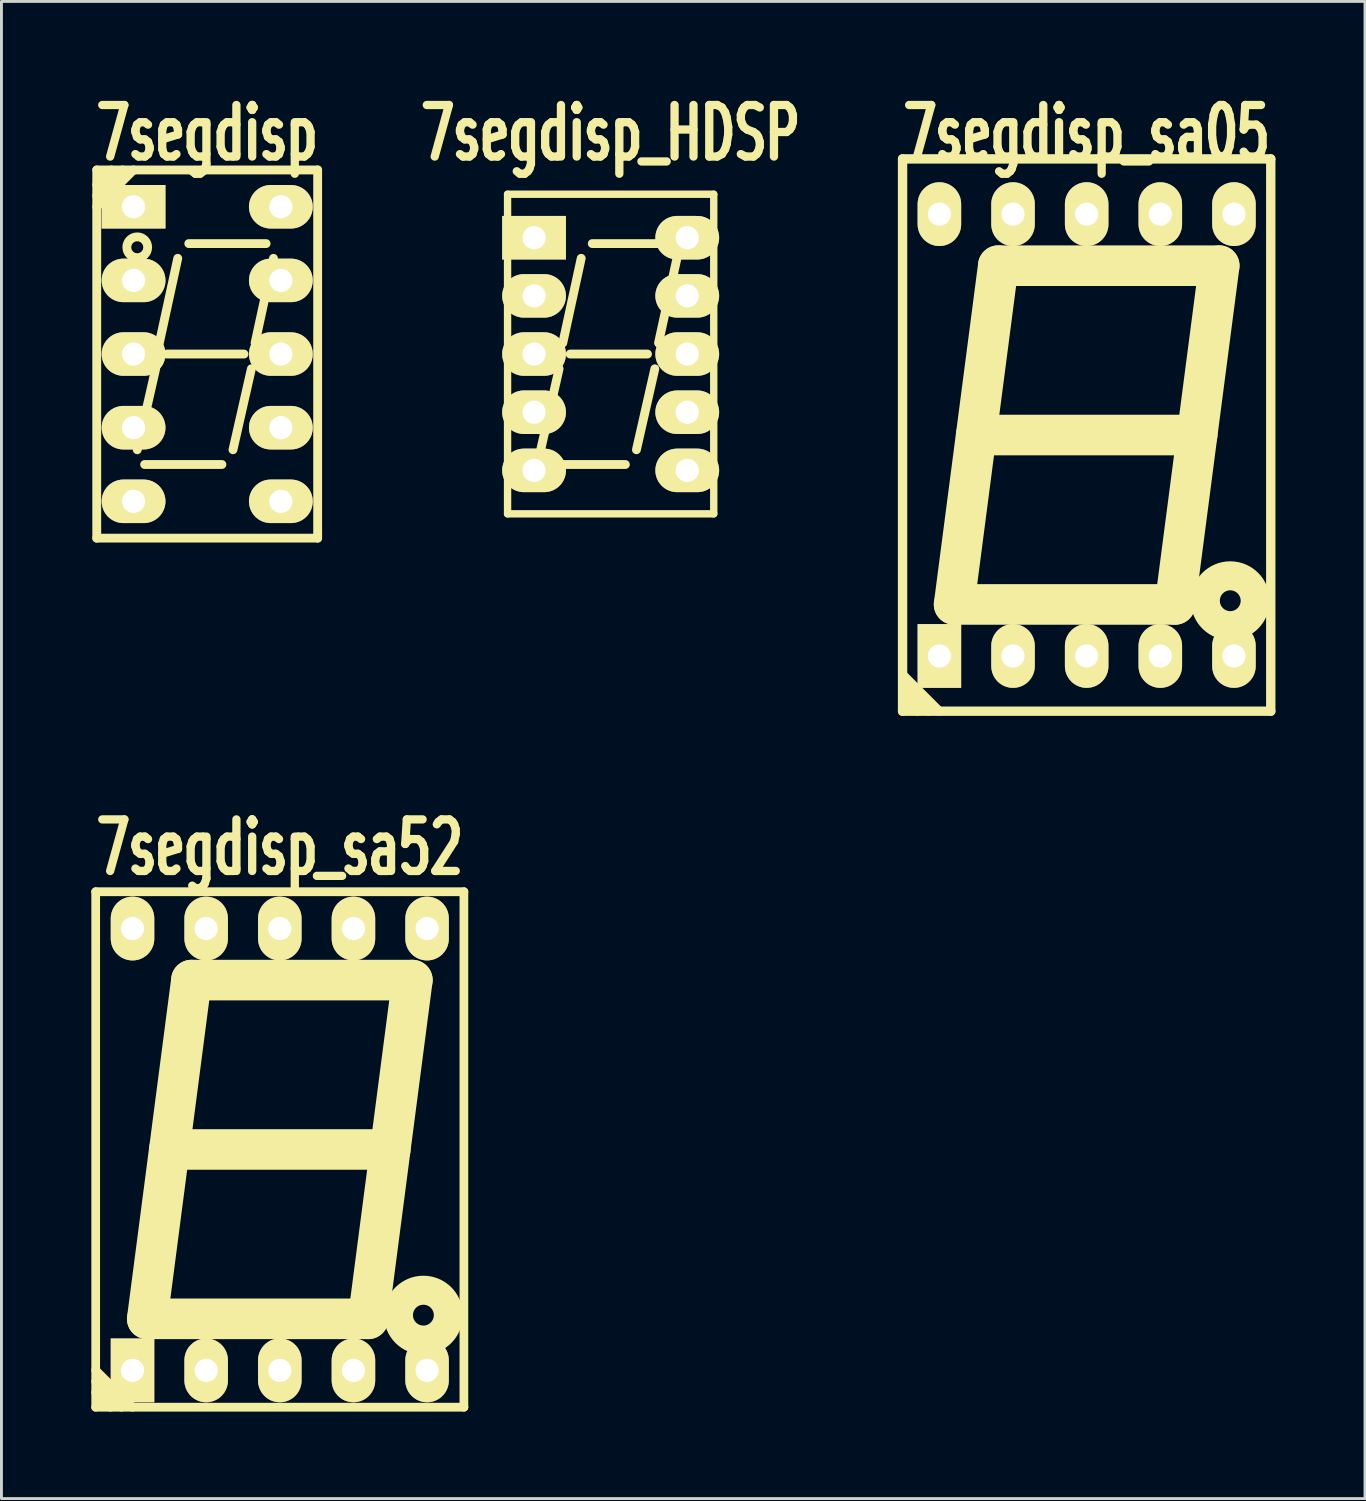
<source format=kicad_pcb>
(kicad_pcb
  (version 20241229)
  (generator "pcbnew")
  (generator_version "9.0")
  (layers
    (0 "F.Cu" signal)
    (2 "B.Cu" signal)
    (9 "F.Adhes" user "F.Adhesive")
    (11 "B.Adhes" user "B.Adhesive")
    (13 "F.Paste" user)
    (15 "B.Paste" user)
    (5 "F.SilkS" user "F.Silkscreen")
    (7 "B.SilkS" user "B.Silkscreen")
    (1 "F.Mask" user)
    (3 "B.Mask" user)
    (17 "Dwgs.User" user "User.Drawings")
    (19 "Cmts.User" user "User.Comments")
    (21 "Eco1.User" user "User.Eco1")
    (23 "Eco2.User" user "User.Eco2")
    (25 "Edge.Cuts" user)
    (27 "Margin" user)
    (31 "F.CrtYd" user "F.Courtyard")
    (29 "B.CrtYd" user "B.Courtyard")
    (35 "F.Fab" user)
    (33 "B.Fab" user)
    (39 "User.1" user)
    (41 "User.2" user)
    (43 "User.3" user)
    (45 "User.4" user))
  (footprint "7segdisp_sa52"
    (layer "F.Cu")
    (at 6.601 36.598)
    (property "Reference" "7segdisp_sa52" (at 0 -10.414 0) (layer "F.SilkS") (effects (font (size 1.778 1.143) (thickness 0.287))))
    (attr through_hole)
    (fp_line (start -6.35 8.89) (end -6.35 -8.89) (stroke (width 0.3) (type solid)) (layer "F.SilkS"))
    (fp_line (start -6.35 8.89) (end 6.35 8.89) (stroke (width 0.305) (type solid)) (layer "F.SilkS"))
    (fp_line (start -5.842 8.89) (end -6.35 8.382) (stroke (width 0.305) (type solid)) (layer "F.SilkS"))
    (fp_line (start -5.461 8.89) (end -6.35 8.001) (stroke (width 0.305) (type solid)) (layer "F.SilkS"))
    (fp_line (start -5.08 8.89) (end -6.35 7.62) (stroke (width 0.305) (type solid)) (layer "F.SilkS"))
    (fp_line (start -4.572 5.842) (end 3.048 5.842) (stroke (width 1.4) (type solid)) (layer "F.SilkS"))
    (fp_line (start -3.048 -5.842) (end -4.572 5.842) (stroke (width 1.4) (type solid)) (layer "F.SilkS"))
    (fp_line (start 3.048 5.842) (end 4.572 -5.842) (stroke (width 1.4) (type solid)) (layer "F.SilkS"))
    (fp_line (start 3.81 0) (end -3.81 0) (stroke (width 1.4) (type solid)) (layer "F.SilkS"))
    (fp_line (start 4.572 -5.842) (end -3.048 -5.842) (stroke (width 1.4) (type solid)) (layer "F.SilkS"))
    (fp_line (start 6.35 -8.89) (end -6.35 -8.89) (stroke (width 0.305) (type solid)) (layer "F.SilkS"))
    (fp_line (start 6.35 8.89) (end 6.35 -8.89) (stroke (width 0.3) (type solid)) (layer "F.SilkS"))
    (fp_circle (center 4.953 5.715) (end 5.207 5.461) (stroke (width 1.001) (type solid)) (fill no) (layer "F.SilkS"))
    (pad "1" thru_hole rect (at -5.08 7.62 90) (size 2.2 1.501) (drill 0.8) (layers "*.Cu" "*.Mask" "F.SilkS"))
    (pad "2" thru_hole oval (at -2.54 7.62 90) (size 2.2 1.501) (drill 0.8) (layers "*.Cu" "*.Mask" "F.SilkS"))
    (pad "3" thru_hole oval (at 0 7.62 90) (size 2.2 1.501) (drill 0.8) (layers "*.Cu" "*.Mask" "F.SilkS"))
    (pad "4" thru_hole oval (at 2.54 7.62 90) (size 2.2 1.501) (drill 0.8) (layers "*.Cu" "*.Mask" "F.SilkS"))
    (pad "5" thru_hole oval (at 5.08 7.62 90) (size 2.2 1.501) (drill 0.8) (layers "*.Cu" "*.Mask" "F.SilkS"))
    (pad "6" thru_hole oval (at 5.08 -7.62 90) (size 2.2 1.501) (drill 0.8) (layers "*.Cu" "*.Mask" "F.SilkS"))
    (pad "7" thru_hole oval (at 2.54 -7.62 90) (size 2.2 1.501) (drill 0.8) (layers "*.Cu" "*.Mask" "F.SilkS"))
    (pad "8" thru_hole oval (at 0 -7.62 90) (size 2.2 1.501) (drill 0.8) (layers "*.Cu" "*.Mask" "F.SilkS"))
    (pad "9" thru_hole oval (at -2.54 -7.62 90) (size 2.2 1.501) (drill 0.8) (layers "*.Cu" "*.Mask" "F.SilkS"))
    (pad "10" thru_hole oval (at -5.08 -7.62 90) (size 2.2 1.501) (drill 0.8) (layers "*.Cu" "*.Mask" "F.SilkS")))
  (footprint "7segdisp"
    (layer "F.Cu")
    (at 4.097 9.162)
    (property "Reference" "7segdisp" (at 0 -7.62 0) (layer "F.SilkS") (effects (font (size 1.778 1.143) (thickness 0.287))))
    (attr through_hole)
    (fp_line (start -3.81 -6.35) (end -3.81 6.35) (stroke (width 0.305) (type solid)) (layer "F.SilkS"))
    (fp_line (start -3.81 -5.842) (end -3.302 -6.35) (stroke (width 0.305) (type solid)) (layer "F.SilkS"))
    (fp_line (start -3.81 -5.461) (end -2.921 -6.35) (stroke (width 0.305) (type solid)) (layer "F.SilkS"))
    (fp_line (start -3.81 -5.08) (end -2.54 -6.35) (stroke (width 0.305) (type solid)) (layer "F.SilkS"))
    (fp_line (start -3.81 6.35) (end 3.81 6.35) (stroke (width 0.305) (type solid)) (layer "F.SilkS"))
    (fp_line (start -2.413 3.302) (end -1.778 0.508) (stroke (width 0.305) (type solid)) (layer "F.SilkS"))
    (fp_line (start -2.159 3.81) (end 0.508 3.81) (stroke (width 0.305) (type solid)) (layer "F.SilkS"))
    (fp_line (start -1.651 -0.381) (end -1.016 -3.302) (stroke (width 0.305) (type solid)) (layer "F.SilkS"))
    (fp_line (start -1.397 0) (end 1.27 0) (stroke (width 0.305) (type solid)) (layer "F.SilkS"))
    (fp_line (start -0.635 -3.81) (end 2.032 -3.81) (stroke (width 0.305) (type solid)) (layer "F.SilkS"))
    (fp_line (start 0.889 3.302) (end 1.524 0.508) (stroke (width 0.305) (type solid)) (layer "F.SilkS"))
    (fp_line (start 1.651 -0.381) (end 2.286 -3.302) (stroke (width 0.305) (type solid)) (layer "F.SilkS"))
    (fp_line (start 3.81 -6.35) (end -3.81 -6.35) (stroke (width 0.305) (type solid)) (layer "F.SilkS"))
    (fp_line (start 3.81 6.35) (end 3.81 -6.35) (stroke (width 0.305) (type solid)) (layer "F.SilkS"))
    (fp_circle (center -2.413 -3.683) (end -2.159 -3.429) (stroke (width 0.305) (type solid)) (fill no) (layer "F.SilkS"))
    (pad "1" thru_hole rect (at -2.54 -5.08) (size 2.2 1.501) (drill 0.8) (layers "*.Cu" "*.Mask" "F.SilkS"))
    (pad "2" thru_hole oval (at -2.54 -2.54) (size 2.2 1.501) (drill 0.8) (layers "*.Cu" "*.Mask" "F.SilkS"))
    (pad "3" thru_hole oval (at -2.54 0) (size 2.2 1.501) (drill 0.8) (layers "*.Cu" "*.Mask" "F.SilkS"))
    (pad "4" thru_hole oval (at -2.54 2.54) (size 2.2 1.501) (drill 0.8) (layers "*.Cu" "*.Mask" "F.SilkS"))
    (pad "5" thru_hole oval (at -2.54 5.08) (size 2.2 1.501) (drill 0.8) (layers "*.Cu" "*.Mask" "F.SilkS"))
    (pad "6" thru_hole oval (at 2.54 5.08) (size 2.2 1.501) (drill 0.8) (layers "*.Cu" "*.Mask" "F.SilkS"))
    (pad "7" thru_hole oval (at 2.54 2.54) (size 2.2 1.501) (drill 0.8) (layers "*.Cu" "*.Mask" "F.SilkS"))
    (pad "8" thru_hole oval (at 2.54 0) (size 2.2 1.501) (drill 0.8) (layers "*.Cu" "*.Mask" "F.SilkS"))
    (pad "9" thru_hole oval (at 2.54 -2.54) (size 2.2 1.501) (drill 0.8) (layers "*.Cu" "*.Mask" "F.SilkS"))
    (pad "10" thru_hole oval (at 2.54 -5.08) (size 2.2 1.501) (drill 0.8) (layers "*.Cu" "*.Mask" "F.SilkS")))
  (footprint "7segdisp_sa05"
    (layer "F.Cu")
    (at 34.432 11.956)
    (property "Reference" "7segdisp_sa05" (at 0 -10.414 0) (layer "F.SilkS") (effects (font (size 1.778 1.143) (thickness 0.287))))
    (attr through_hole)
    (fp_line (start -6.35 9.525) (end -6.35 -9.525) (stroke (width 0.323) (type solid)) (layer "F.SilkS"))
    (fp_line (start -6.35 9.525) (end 6.35 9.525) (stroke (width 0.323) (type solid)) (layer "F.SilkS"))
    (fp_line (start -5.842 9.525) (end -6.35 9.017) (stroke (width 0.305) (type solid)) (layer "F.SilkS"))
    (fp_line (start -5.461 9.525) (end -6.35 8.636) (stroke (width 0.305) (type solid)) (layer "F.SilkS"))
    (fp_line (start -5.08 9.525) (end -6.35 8.255) (stroke (width 0.305) (type solid)) (layer "F.SilkS"))
    (fp_line (start -4.572 5.842) (end 3.048 5.842) (stroke (width 1.4) (type solid)) (layer "F.SilkS"))
    (fp_line (start -3.048 -5.842) (end -4.572 5.842) (stroke (width 1.4) (type solid)) (layer "F.SilkS"))
    (fp_line (start 3.048 5.842) (end 4.572 -5.842) (stroke (width 1.4) (type solid)) (layer "F.SilkS"))
    (fp_line (start 3.81 0) (end -3.81 0) (stroke (width 1.4) (type solid)) (layer "F.SilkS"))
    (fp_line (start 4.572 -5.842) (end -3.048 -5.842) (stroke (width 1.4) (type solid)) (layer "F.SilkS"))
    (fp_line (start 6.35 -9.525) (end -6.35 -9.525) (stroke (width 0.323) (type solid)) (layer "F.SilkS"))
    (fp_line (start 6.35 -9.525) (end 6.35 9.525) (stroke (width 0.323) (type solid)) (layer "F.SilkS"))
    (fp_circle (center 4.953 5.715) (end 5.207 5.461) (stroke (width 1.001) (type solid)) (fill no) (layer "F.SilkS"))
    (pad "1" thru_hole rect (at -5.08 7.62 90) (size 2.2 1.501) (drill 0.8) (layers "*.Cu" "*.Mask" "F.SilkS"))
    (pad "2" thru_hole oval (at -2.54 7.62 90) (size 2.2 1.501) (drill 0.8) (layers "*.Cu" "*.Mask" "F.SilkS"))
    (pad "3" thru_hole oval (at 0 7.62 90) (size 2.2 1.501) (drill 0.8) (layers "*.Cu" "*.Mask" "F.SilkS"))
    (pad "4" thru_hole oval (at 2.54 7.62 90) (size 2.2 1.501) (drill 0.8) (layers "*.Cu" "*.Mask" "F.SilkS"))
    (pad "5" thru_hole oval (at 5.08 7.62 90) (size 2.2 1.501) (drill 0.8) (layers "*.Cu" "*.Mask" "F.SilkS"))
    (pad "6" thru_hole oval (at 5.08 -7.62 90) (size 2.2 1.501) (drill 0.8) (layers "*.Cu" "*.Mask" "F.SilkS"))
    (pad "7" thru_hole oval (at 2.54 -7.62 90) (size 2.2 1.501) (drill 0.8) (layers "*.Cu" "*.Mask" "F.SilkS"))
    (pad "8" thru_hole oval (at 0 -7.62 90) (size 2.2 1.501) (drill 0.8) (layers "*.Cu" "*.Mask" "F.SilkS"))
    (pad "9" thru_hole oval (at -2.54 -7.62 90) (size 2.2 1.501) (drill 0.8) (layers "*.Cu" "*.Mask" "F.SilkS"))
    (pad "10" thru_hole oval (at -5.08 -7.62 90) (size 2.2 1.501) (drill 0.8) (layers "*.Cu" "*.Mask" "F.SilkS")))
  (footprint "7segdisp_HDSP"
    (layer "F.Cu")
    (at 18.013 9.162)
    (property "Reference" "7segdisp_HDSP" (at 0 -7.62 0) (layer "F.SilkS") (effects (font (size 1.778 1.143) (thickness 0.287))))
    (attr through_hole)
    (fp_line (start -3.556 -5.512) (end 3.556 -5.512) (stroke (width 0.254) (type solid)) (layer "F.SilkS"))
    (fp_line (start -3.556 5.512) (end -3.556 -5.512) (stroke (width 0.254) (type solid)) (layer "F.SilkS"))
    (fp_line (start -2.413 3.302) (end -1.778 0.508) (stroke (width 0.305) (type solid)) (layer "F.SilkS"))
    (fp_line (start -2.159 3.81) (end 0.508 3.81) (stroke (width 0.305) (type solid)) (layer "F.SilkS"))
    (fp_line (start -1.651 -0.381) (end -1.016 -3.302) (stroke (width 0.305) (type solid)) (layer "F.SilkS"))
    (fp_line (start -1.397 0) (end 1.27 0) (stroke (width 0.305) (type solid)) (layer "F.SilkS"))
    (fp_line (start -0.635 -3.81) (end 2.032 -3.81) (stroke (width 0.305) (type solid)) (layer "F.SilkS"))
    (fp_line (start 0.889 3.302) (end 1.524 0.508) (stroke (width 0.305) (type solid)) (layer "F.SilkS"))
    (fp_line (start 1.651 -0.381) (end 2.286 -3.302) (stroke (width 0.305) (type solid)) (layer "F.SilkS"))
    (fp_line (start 3.556 -5.512) (end 3.556 5.512) (stroke (width 0.254) (type solid)) (layer "F.SilkS"))
    (fp_line (start 3.556 5.512) (end -3.556 5.512) (stroke (width 0.254) (type solid)) (layer "F.SilkS"))
    (fp_circle (center 2.667 3.937) (end 2.921 4.191) (stroke (width 0.305) (type solid)) (fill no) (layer "F.SilkS"))
    (pad "1" thru_hole rect (at -2.642 -4.013) (size 2.2 1.501) (drill 0.8) (layers "*.Cu" "*.Mask" "F.SilkS"))
    (pad "2" thru_hole oval (at -2.642 -2.007) (size 2.2 1.501) (drill 0.8) (layers "*.Cu" "*.Mask" "F.SilkS"))
    (pad "3" thru_hole oval (at -2.642 0) (size 2.2 1.501) (drill 0.8) (layers "*.Cu" "*.Mask" "F.SilkS"))
    (pad "4" thru_hole oval (at -2.642 2.007) (size 2.2 1.501) (drill 0.8) (layers "*.Cu" "*.Mask" "F.SilkS"))
    (pad "5" thru_hole oval (at -2.642 4.013) (size 2.2 1.501) (drill 0.8) (layers "*.Cu" "*.Mask" "F.SilkS"))
    (pad "6" thru_hole oval (at 2.642 4.013) (size 2.2 1.501) (drill 0.8) (layers "*.Cu" "*.Mask" "F.SilkS"))
    (pad "7" thru_hole oval (at 2.642 2.007) (size 2.2 1.501) (drill 0.8) (layers "*.Cu" "*.Mask" "F.SilkS"))
    (pad "8" thru_hole oval (at 2.642 0) (size 2.2 1.501) (drill 0.8) (layers "*.Cu" "*.Mask" "F.SilkS"))
    (pad "9" thru_hole oval (at 2.642 -2.007) (size 2.2 1.501) (drill 0.8) (layers "*.Cu" "*.Mask" "F.SilkS"))
    (pad "10" thru_hole oval (at 2.642 -4.013) (size 2.2 1.501) (drill 0.8) (layers "*.Cu" "*.Mask" "F.SilkS")))
  (gr_rect
    (start -3 -3)
    (end 44.033 48.64)
    (stroke (width 0.1) (type default))
    (fill no)
    (layer "Edge.Cuts")))
</source>
